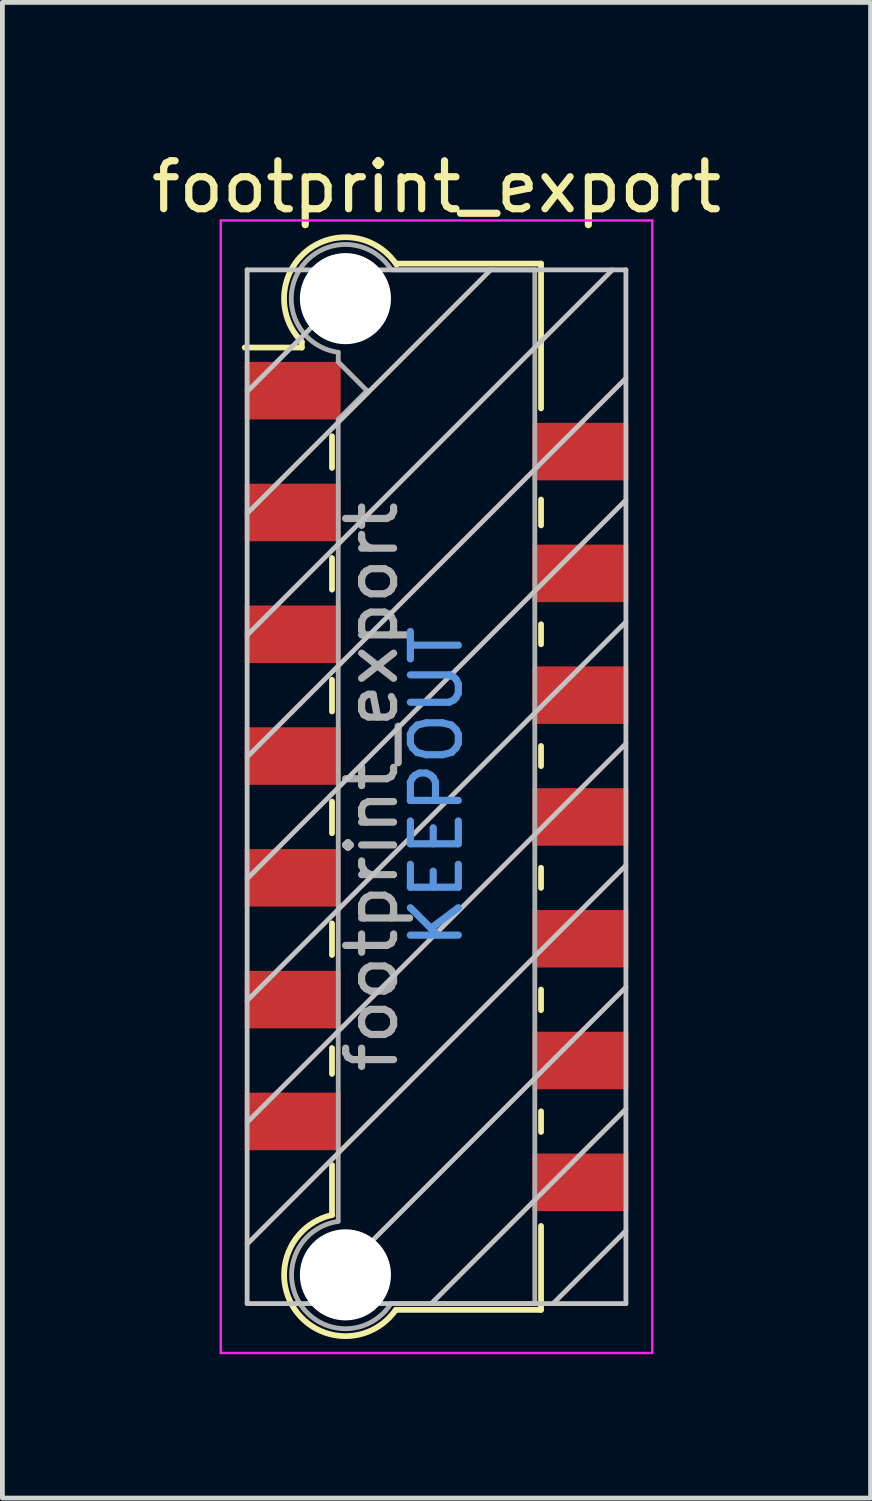
<source format=kicad_pcb>
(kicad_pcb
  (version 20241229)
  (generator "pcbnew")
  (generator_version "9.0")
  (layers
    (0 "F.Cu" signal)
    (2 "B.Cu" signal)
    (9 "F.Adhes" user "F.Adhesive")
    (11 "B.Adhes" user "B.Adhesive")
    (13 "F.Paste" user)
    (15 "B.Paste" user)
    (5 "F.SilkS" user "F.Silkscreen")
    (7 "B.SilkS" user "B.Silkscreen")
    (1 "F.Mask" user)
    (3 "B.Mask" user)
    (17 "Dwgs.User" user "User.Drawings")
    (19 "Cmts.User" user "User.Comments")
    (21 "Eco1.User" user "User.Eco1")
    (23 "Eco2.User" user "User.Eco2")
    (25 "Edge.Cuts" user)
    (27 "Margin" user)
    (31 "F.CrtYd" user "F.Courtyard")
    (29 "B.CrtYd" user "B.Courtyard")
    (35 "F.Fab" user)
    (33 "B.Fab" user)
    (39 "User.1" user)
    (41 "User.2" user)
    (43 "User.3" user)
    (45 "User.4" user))
  (footprint "footprint_export"
    (layer "F.Cu")
    (at 6.054 13.358)
    (property "Reference" "footprint_export" (at 0 -12.51 0) (layer "F.SilkS") (effects (font (size 1 1) (thickness 0.15))))
    (attr smd)
    (fp_line (start -2.81 -9.28) (end -2.81 -9.16) (stroke (width 0.12) (type solid)) (layer "F.SilkS"))
    (fp_line (start -2.81 -9.16) (end -4 -9.16) (stroke (width 0.12) (type solid)) (layer "F.SilkS"))
    (fp_line (start -2.18 -6.65) (end -2.18 -7.31) (stroke (width 0.12) (type solid)) (layer "F.SilkS"))
    (fp_line (start -2.18 -4.11) (end -2.18 -4.77) (stroke (width 0.12) (type solid)) (layer "F.SilkS"))
    (fp_line (start -2.18 -1.57) (end -2.18 -2.23) (stroke (width 0.12) (type solid)) (layer "F.SilkS"))
    (fp_line (start -2.18 0.97) (end -2.18 0.31) (stroke (width 0.12) (type solid)) (layer "F.SilkS"))
    (fp_line (start -2.18 3.51) (end -2.18 2.85) (stroke (width 0.12) (type solid)) (layer "F.SilkS"))
    (fp_line (start -2.18 5.99) (end -2.18 5.45) (stroke (width 0.12) (type solid)) (layer "F.SilkS"))
    (fp_line (start -2.18 8.93) (end -2.18 7.89) (stroke (width 0.12) (type solid)) (layer "F.SilkS"))
    (fp_line (start 2.18 -10.91) (end -0.82 -10.91) (stroke (width 0.12) (type solid)) (layer "F.SilkS"))
    (fp_line (start 2.18 -10.91) (end 2.18 -7.89) (stroke (width 0.12) (type solid)) (layer "F.SilkS"))
    (fp_line (start 2.18 -5.99) (end 2.18 -5.45) (stroke (width 0.12) (type solid)) (layer "F.SilkS"))
    (fp_line (start 2.18 -3.39) (end 2.18 -2.97) (stroke (width 0.12) (type solid)) (layer "F.SilkS"))
    (fp_line (start 2.18 -0.85) (end 2.18 -0.43) (stroke (width 0.12) (type solid)) (layer "F.SilkS"))
    (fp_line (start 2.18 1.69) (end 2.18 2.11) (stroke (width 0.12) (type solid)) (layer "F.SilkS"))
    (fp_line (start 2.18 4.23) (end 2.18 4.66) (stroke (width 0.12) (type solid)) (layer "F.SilkS"))
    (fp_line (start 2.18 6.77) (end 2.18 7.2) (stroke (width 0.12) (type solid)) (layer "F.SilkS"))
    (fp_line (start 2.18 9.16) (end 2.18 10.91) (stroke (width 0.12) (type solid)) (layer "F.SilkS"))
    (fp_line (start 2.18 10.91) (end -0.85 10.91) (stroke (width 0.12) (type solid)) (layer "F.SilkS"))
    (fp_arc (start -2.81 -9.28) (mid -2.708637 -11.172072) (end -0.834991 -10.889828) (stroke (width 0.12) (type solid)) (layer "F.SilkS"))
    (fp_arc (start -0.85 10.91) (mid -2.962791 10.891248) (end -2.174424 8.930964) (stroke (width 0.12) (type solid)) (layer "F.SilkS"))
    (fp_line (start -3.95 -10.78) (end -3.95 10.78) (stroke (width 0.1) (type solid)) (layer "Dwgs.User"))
    (fp_line (start -3.95 -8.24) (end -1.41 -10.78) (stroke (width 0.1) (type solid)) (layer "Dwgs.User"))
    (fp_line (start -3.95 -5.7) (end 1.13 -10.78) (stroke (width 0.1) (type solid)) (layer "Dwgs.User"))
    (fp_line (start -3.95 -3.16) (end 3.67 -10.78) (stroke (width 0.1) (type solid)) (layer "Dwgs.User"))
    (fp_line (start -3.95 -0.62) (end 3.95 -8.52) (stroke (width 0.1) (type solid)) (layer "Dwgs.User"))
    (fp_line (start -3.95 1.92) (end 3.95 -5.98) (stroke (width 0.1) (type solid)) (layer "Dwgs.User"))
    (fp_line (start -3.95 4.46) (end 3.95 -3.44) (stroke (width 0.1) (type solid)) (layer "Dwgs.User"))
    (fp_line (start -3.95 7) (end 3.95 -0.9) (stroke (width 0.1) (type solid)) (layer "Dwgs.User"))
    (fp_line (start -3.95 9.54) (end 3.95 1.64) (stroke (width 0.1) (type solid)) (layer "Dwgs.User"))
    (fp_line (start -3.95 10.78) (end 3.95 10.78) (stroke (width 0.1) (type solid)) (layer "Dwgs.User"))
    (fp_line (start -2.65 10.78) (end 3.95 4.18) (stroke (width 0.1) (type solid)) (layer "Dwgs.User"))
    (fp_line (start -0.11 10.78) (end 3.95 6.72) (stroke (width 0.1) (type solid)) (layer "Dwgs.User"))
    (fp_line (start 2.43 10.78) (end 3.95 9.26) (stroke (width 0.1) (type solid)) (layer "Dwgs.User"))
    (fp_line (start 3.95 -10.78) (end -3.95 -10.78) (stroke (width 0.1) (type solid)) (layer "Dwgs.User"))
    (fp_line (start 3.95 10.78) (end 3.95 -10.78) (stroke (width 0.1) (type solid)) (layer "Dwgs.User"))
    (fp_line (start -4.5 -11.81) (end -4.5 11.81) (stroke (width 0.05) (type solid)) (layer "F.CrtYd"))
    (fp_line (start -4.5 11.81) (end 4.5 11.81) (stroke (width 0.05) (type solid)) (layer "F.CrtYd"))
    (fp_line (start 4.5 -11.81) (end -4.5 -11.81) (stroke (width 0.05) (type solid)) (layer "F.CrtYd"))
    (fp_line (start 4.5 11.81) (end 4.5 -11.81) (stroke (width 0.05) (type solid)) (layer "F.CrtYd"))
    (fp_line (start -2.05 -8.86) (end -2.05 -9.06) (stroke (width 0.1) (type solid)) (layer "F.Fab"))
    (fp_line (start -2.05 -7.66) (end -1.45 -8.26) (stroke (width 0.1) (type solid)) (layer "F.Fab"))
    (fp_line (start -2.05 9.06) (end -2.05 -7.66) (stroke (width 0.1) (type solid)) (layer "F.Fab"))
    (fp_line (start -1.45 -8.26) (end -2.05 -8.86) (stroke (width 0.1) (type solid)) (layer "F.Fab"))
    (fp_line (start 2.05 -10.78) (end -0.93 -10.78) (stroke (width 0.1) (type solid)) (layer "F.Fab"))
    (fp_line (start 2.05 -10.78) (end 2.05 10.78) (stroke (width 0.1) (type solid)) (layer "F.Fab"))
    (fp_line (start 2.05 10.78) (end -0.95 10.78) (stroke (width 0.1) (type solid)) (layer "F.Fab"))
    (fp_arc (start -2.05 -9.06) (mid -2.851672 -10.789279) (end -0.945612 -10.785015) (stroke (width 0.1) (type solid)) (layer "F.Fab"))
    (fp_arc (start -0.95 10.78) (mid -2.845272 10.787422) (end -2.051022 9.066585) (stroke (width 0.1) (type solid)) (layer "F.Fab"))
    (fp_text user "KEEPOUT" (at 0 0 90) (layer "Cmts.User") (effects (font (size 1 1) (thickness 0.15))))
    (fp_text user "${REFERENCE}" (at -1.35 0 90) (layer "F.Fab") (effects (font (size 1 1) (thickness 0.15))))
    (pad "" np_thru_hole circle (at -1.9 -10.18) (size 1.9 1.9) (drill 1.9) (layers "*.Cu" "*.Mask"))
    (pad "" np_thru_hole circle (at -1.9 10.18) (size 1.9 1.9) (drill 1.9) (layers "*.Cu" "*.Mask"))
    (pad "1" smd rect (at -3 -8.26) (size 2 1.2) (layers "F.Cu" "F.Mask" "F.Paste"))
    (pad "2" smd rect (at 3 -6.99) (size 2 1.2) (layers "F.Cu" "F.Mask" "F.Paste"))
    (pad "3" smd rect (at -3 -5.72) (size 2 1.2) (layers "F.Cu" "F.Mask" "F.Paste"))
    (pad "4" smd rect (at 3 -4.45) (size 2 1.2) (layers "F.Cu" "F.Mask" "F.Paste"))
    (pad "5" smd rect (at -3 -3.18) (size 2 1.2) (layers "F.Cu" "F.Mask" "F.Paste"))
    (pad "6" smd rect (at 3 -1.91) (size 2 1.2) (layers "F.Cu" "F.Mask" "F.Paste"))
    (pad "7" smd rect (at -3 -0.64) (size 2 1.2) (layers "F.Cu" "F.Mask" "F.Paste"))
    (pad "8" smd rect (at 3 0.63) (size 2 1.2) (layers "F.Cu" "F.Mask" "F.Paste"))
    (pad "9" smd rect (at -3 1.9) (size 2 1.2) (layers "F.Cu" "F.Mask" "F.Paste"))
    (pad "10" smd rect (at 3 3.17) (size 2 1.2) (layers "F.Cu" "F.Mask" "F.Paste"))
    (pad "11" smd rect (at -3 4.44) (size 2 1.2) (layers "F.Cu" "F.Mask" "F.Paste"))
    (pad "12" smd rect (at 3 5.71) (size 2 1.2) (layers "F.Cu" "F.Mask" "F.Paste"))
    (pad "13" smd rect (at -3 6.98) (size 2 1.2) (layers "F.Cu" "F.Mask" "F.Paste"))
    (pad "14" smd rect (at 3 8.25) (size 2 1.2) (layers "F.Cu" "F.Mask" "F.Paste")))
  (gr_rect
    (start -3 -3)
    (end 15.107 28.193)
    (stroke (width 0.1) (type default))
    (fill no)
    (layer "Edge.Cuts")))
</source>
